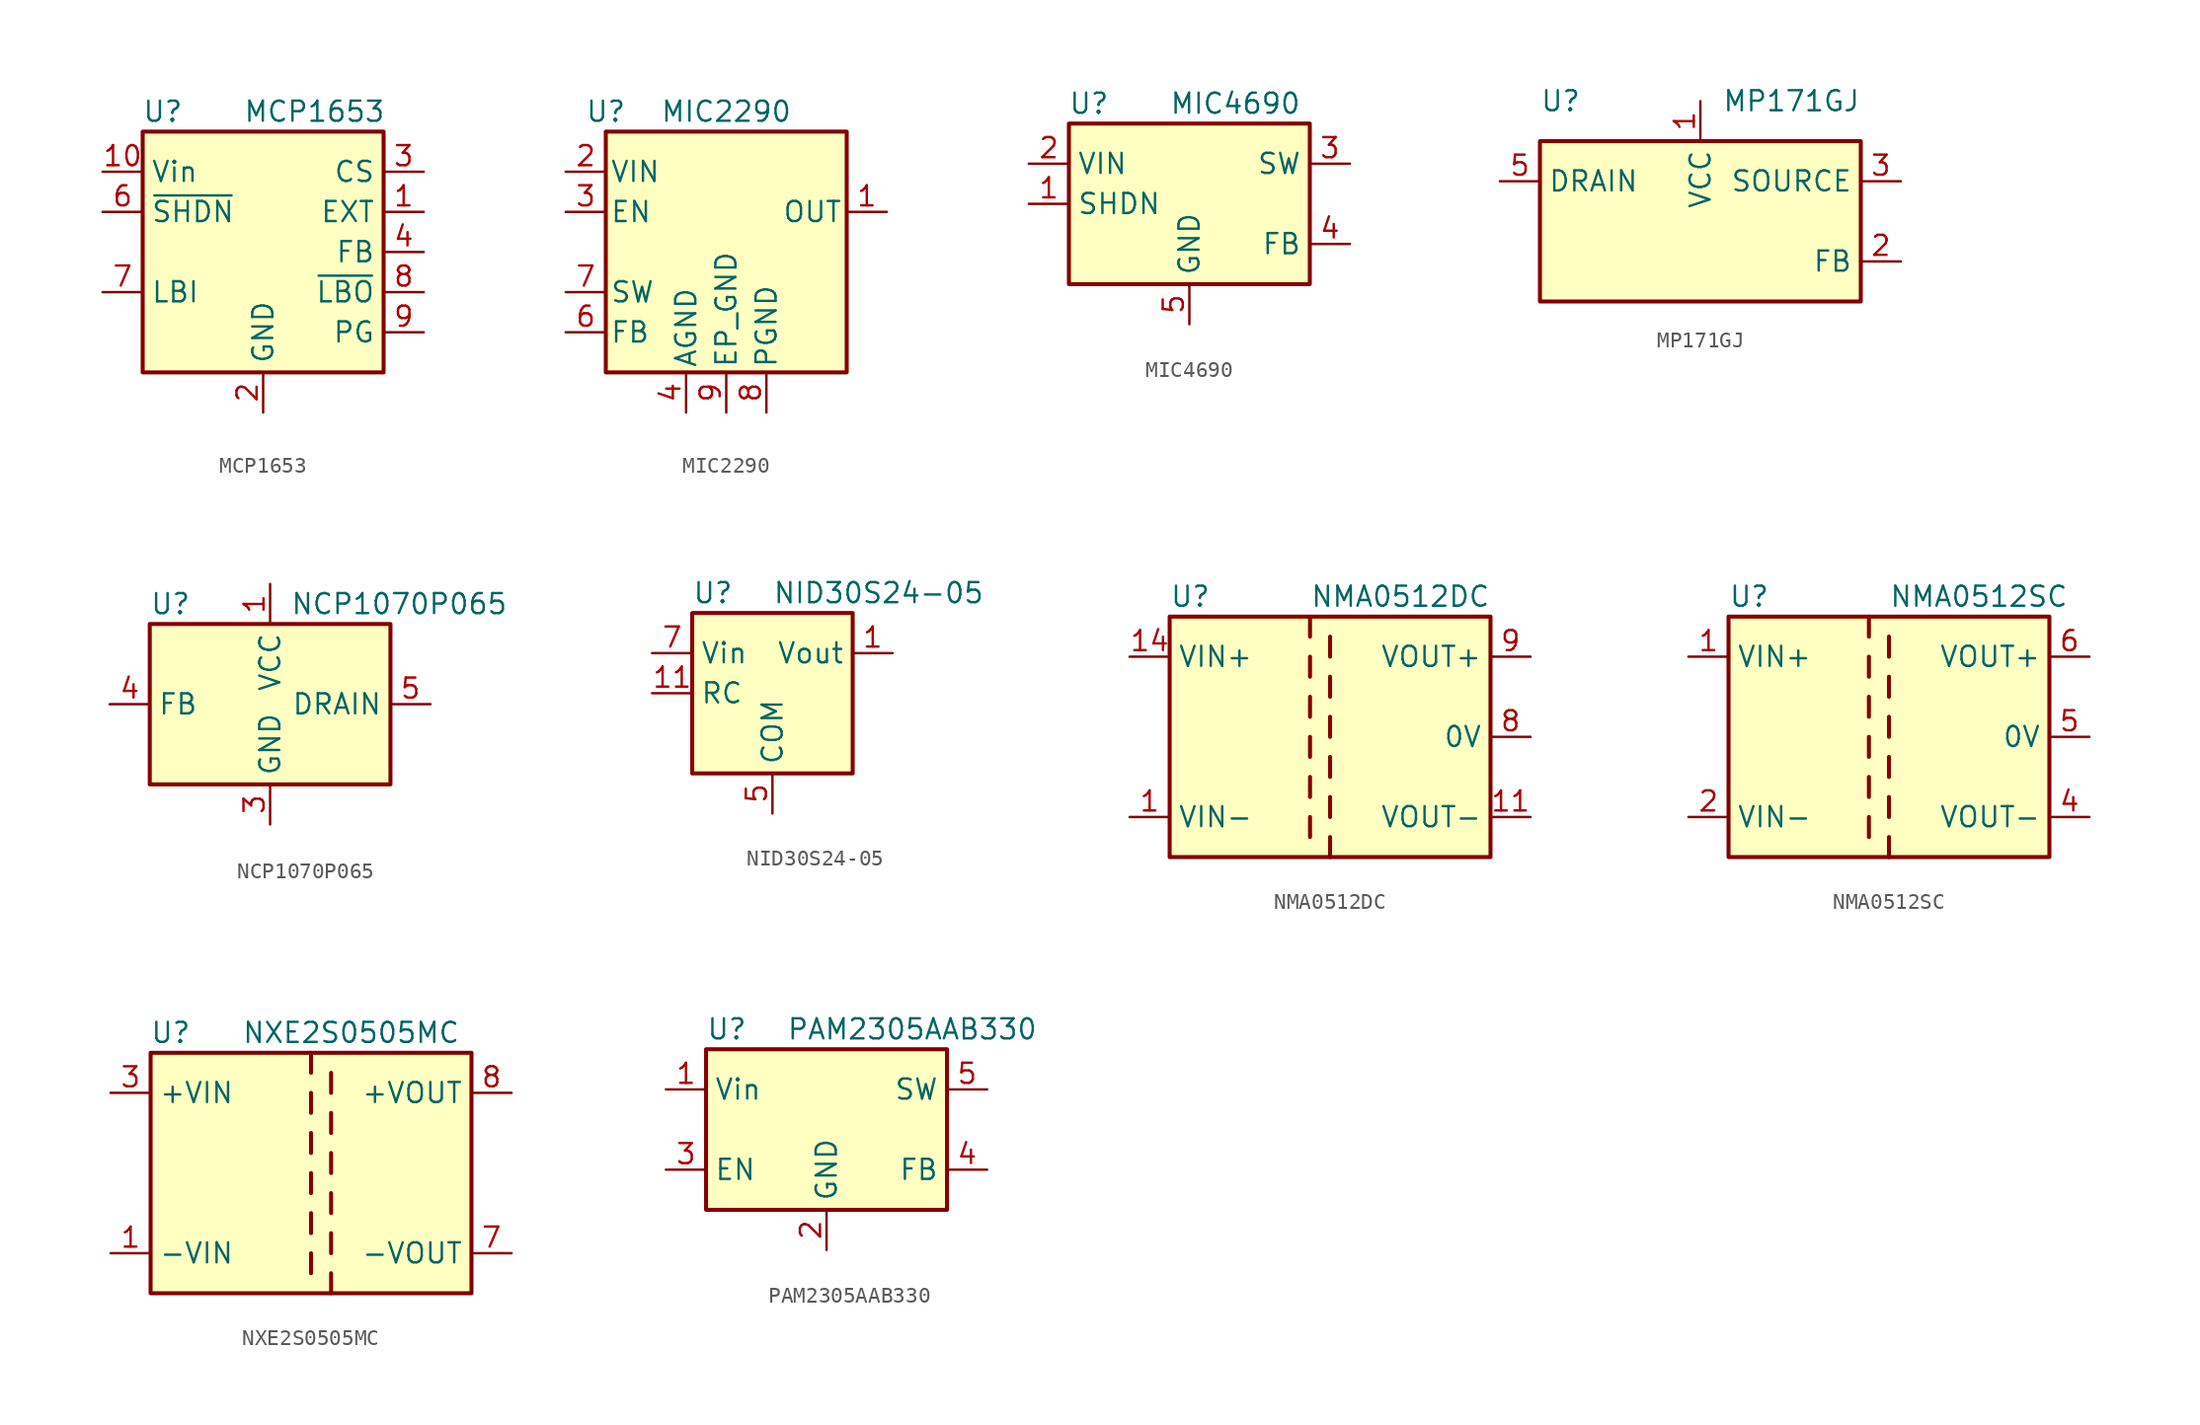
<source format=kicad_sym>
(kicad_symbol_lib
  (version 20201005)
  (generator kicad_symbol_editor)
  (symbol "MCP1653"
    (property "Reference" "U"
      (at -6.35 8.89 0)
      (effects (font (size 1.27 1.27))))
    (property "Value" "MCP1653"
      (at -1.27 8.89 0)
      (effects (font (size 1.27 1.27)) (justify left)))
    (symbol "MCP1653_0_1"
      (rectangle (start -7.62 7.62) (end 7.62 -7.62) (stroke (width 0.254)) (fill (type background))))
    (symbol "MCP1653_1_1"
      (pin open_emitter line (at 10.16 2.54 180) (length 2.54) (name "EXT" (effects (font (size 1.27 1.27)))) (number "1" (effects (font (size 1.27 1.27)))))
      (pin power_in line (at -10.16 5.08 0) (length 2.54) (name "Vin" (effects (font (size 1.27 1.27)))) (number "10" (effects (font (size 1.27 1.27)))))
      (pin power_in line (at 0 -10.16 90) (length 2.54) (name "GND" (effects (font (size 1.27 1.27)))) (number "2" (effects (font (size 1.27 1.27)))))
      (pin input line (at 10.16 5.08 180) (length 2.54) (name "CS" (effects (font (size 1.27 1.27)))) (number "3" (effects (font (size 1.27 1.27)))))
      (pin input line (at 10.16 0 180) (length 2.54) (name "FB" (effects (font (size 1.27 1.27)))) (number "4" (effects (font (size 1.27 1.27)))))
      (pin no_connect line (at -7.62 0 0) (length 2.54) hide (name "NC" (effects (font (size 1.27 1.27)))) (number "5" (effects (font (size 1.27 1.27)))))
      (pin input line (at -10.16 2.54 0) (length 2.54) (name "~SHDN" (effects (font (size 1.27 1.27)))) (number "6" (effects (font (size 1.27 1.27)))))
      (pin input line (at -10.16 -2.54 0) (length 2.54) (name "LBI" (effects (font (size 1.27 1.27)))) (number "7" (effects (font (size 1.27 1.27)))))
      (pin output line (at 10.16 -2.54 180) (length 2.54) (name "~LBO" (effects (font (size 1.27 1.27)))) (number "8" (effects (font (size 1.27 1.27)))))
      (pin output line (at 10.16 -5.08 180) (length 2.54) (name "PG" (effects (font (size 1.27 1.27)))) (number "9" (effects (font (size 1.27 1.27)))))))
  (symbol "MIC2290"
    (pin_names
      (offset 0.254))
    (property "Reference" "U"
      (at -7.62 8.89 0)
      (effects (font (size 1.27 1.27))))
    (property "Value" "MIC2290"
      (at 0 8.89 0)
      (effects (font (size 1.27 1.27))))
    (symbol "MIC2290_0_1"
      (rectangle (start -7.62 7.62) (end 7.62 -7.62) (stroke (width 0.254)) (fill (type background))))
    (symbol "MIC2290_1_1"
      (pin power_out line (at 10.16 2.54 180) (length 2.54) (name "OUT" (effects (font (size 1.27 1.27)))) (number "1" (effects (font (size 1.27 1.27)))))
      (pin power_in line (at -10.16 5.08 0) (length 2.54) (name "VIN" (effects (font (size 1.27 1.27)))) (number "2" (effects (font (size 1.27 1.27)))))
      (pin input line (at -10.16 2.54 0) (length 2.54) (name "EN" (effects (font (size 1.27 1.27)))) (number "3" (effects (font (size 1.27 1.27)))))
      (pin power_in line (at -2.54 -10.16 90) (length 2.54) (name "AGND" (effects (font (size 1.27 1.27)))) (number "4" (effects (font (size 1.27 1.27)))))
      (pin no_connect line (at 5.08 5.08 180) (length 2.54) hide (name "NC" (effects (font (size 1.27 1.27)))) (number "5" (effects (font (size 1.27 1.27)))))
      (pin input line (at -10.16 -5.08 0) (length 2.54) (name "FB" (effects (font (size 1.27 1.27)))) (number "6" (effects (font (size 1.27 1.27)))))
      (pin input line (at -10.16 -2.54 0) (length 2.54) (name "SW" (effects (font (size 1.27 1.27)))) (number "7" (effects (font (size 1.27 1.27)))))
      (pin power_in line (at 2.54 -10.16 90) (length 2.54) (name "PGND" (effects (font (size 1.27 1.27)))) (number "8" (effects (font (size 1.27 1.27)))))
      (pin power_in line (at 0 -10.16 90) (length 2.54) (name "EP_GND" (effects (font (size 1.27 1.27)))) (number "9" (effects (font (size 1.27 1.27)))))))
  (symbol "MIC4690"
    (property "Reference" "U"
      (at -6.35 6.35 0)
      (effects (font (size 1.27 1.27))))
    (property "Value" "MIC4690"
      (at -1.27 6.35 0)
      (effects (font (size 1.27 1.27)) (justify left)))
    (symbol "MIC4690_0_1"
      (rectangle (start -7.62 5.08) (end 7.62 -5.08) (stroke (width 0.254)) (fill (type background))))
    (symbol "MIC4690_1_1"
      (pin input line (at -10.16 0 0) (length 2.54) (name "SHDN" (effects (font (size 1.27 1.27)))) (number "1" (effects (font (size 1.27 1.27)))))
      (pin power_in line (at -10.16 2.54 0) (length 2.54) (name "VIN" (effects (font (size 1.27 1.27)))) (number "2" (effects (font (size 1.27 1.27)))))
      (pin power_out line (at 10.16 2.54 180) (length 2.54) (name "SW" (effects (font (size 1.27 1.27)))) (number "3" (effects (font (size 1.27 1.27)))))
      (pin input line (at 10.16 -2.54 180) (length 2.54) (name "FB" (effects (font (size 1.27 1.27)))) (number "4" (effects (font (size 1.27 1.27)))))
      (pin power_in line (at 0 -7.62 90) (length 2.54) (name "GND" (effects (font (size 1.27 1.27)))) (number "5" (effects (font (size 1.27 1.27)))))
      (pin passive line (at 0 -7.62 90) (length 2.54) hide (name "GND" (effects (font (size 1.27 1.27)))) (number "6" (effects (font (size 1.27 1.27)))))
      (pin passive line (at 0 -7.62 90) (length 2.54) hide (name "GND" (effects (font (size 1.27 1.27)))) (number "7" (effects (font (size 1.27 1.27)))))
      (pin passive line (at 0 -7.62 90) (length 2.54) hide (name "GND" (effects (font (size 1.27 1.27)))) (number "8" (effects (font (size 1.27 1.27)))))))
  (symbol "MP171GJ"
    (property "Reference" "U"
      (at -10.16 7.62 0)
      (effects (font (size 1.27 1.27)) (justify left)))
    (property "Value" "MP171GJ"
      (at 10.16 7.62 0)
      (effects (font (size 1.27 1.27)) (justify right)))
    (symbol "MP171GJ_0_1"
      (rectangle (start 10.16 5.08) (end -10.16 -5.08) (stroke (width 0.254)) (fill (type background))))
    (symbol "MP171GJ_1_1"
      (pin power_in line (at 0 7.62 270) (length 2.54) (name "VCC" (effects (font (size 1.27 1.27)))) (number "1" (effects (font (size 1.27 1.27)))))
      (pin passive line (at 12.7 -2.54 180) (length 2.54) (name "FB" (effects (font (size 1.27 1.27)))) (number "2" (effects (font (size 1.27 1.27)))))
      (pin power_out line (at 12.7 2.54 180) (length 2.54) (name "SOURCE" (effects (font (size 1.27 1.27)))) (number "3" (effects (font (size 1.27 1.27)))))
      (pin passive line (at 12.7 2.54 180) (length 2.54) hide (name "SOURCE" (effects (font (size 1.27 1.27)))) (number "4" (effects (font (size 1.27 1.27)))))
      (pin power_in line (at -12.7 2.54 0) (length 2.54) (name "DRAIN" (effects (font (size 1.27 1.27)))) (number "5" (effects (font (size 1.27 1.27)))))))
  (symbol "NCP1070P065"
    (property "Reference" "U"
      (at -7.62 6.35 0)
      (effects (font (size 1.27 1.27)) (justify left)))
    (property "Value" "NCP1070P065"
      (at 1.27 6.35 0)
      (effects (font (size 1.27 1.27)) (justify left)))
    (symbol "NCP1070P065_0_1"
      (rectangle (start -7.62 5.08) (end 7.62 -5.08) (stroke (width 0.254)) (fill (type background))))
    (symbol "NCP1070P065_1_1"
      (pin power_in line (at 0 7.62 270) (length 2.54) (name "VCC" (effects (font (size 1.27 1.27)))) (number "1" (effects (font (size 1.27 1.27)))))
      (pin no_connect line (at -7.62 2.54 0) (length 2.54) hide (name "NC" (effects (font (size 1.27 1.27)))) (number "2" (effects (font (size 1.27 1.27)))))
      (pin power_in line (at 0 -7.62 90) (length 2.54) (name "GND" (effects (font (size 1.27 1.27)))) (number "3" (effects (font (size 1.27 1.27)))))
      (pin input line (at -10.16 0 0) (length 2.54) (name "FB" (effects (font (size 1.27 1.27)))) (number "4" (effects (font (size 1.27 1.27)))))
      (pin open_collector line (at 10.16 0 180) (length 2.54) (name "DRAIN" (effects (font (size 1.27 1.27)))) (number "5" (effects (font (size 1.27 1.27)))))
      (pin passive line (at 0 -7.62 90) (length 2.54) hide (name "GND" (effects (font (size 1.27 1.27)))) (number "7" (effects (font (size 1.27 1.27)))))
      (pin passive line (at 0 -7.62 90) (length 2.54) hide (name "GND" (effects (font (size 1.27 1.27)))) (number "8" (effects (font (size 1.27 1.27)))))))
  (symbol "NID30S24-05"
    (property "Reference" "U"
      (at -5.08 6.35 0)
      (effects (font (size 1.27 1.27)) (justify left)))
    (property "Value" "NID30S24-05"
      (at 0 6.35 0)
      (effects (font (size 1.27 1.27)) (justify left)))
    (symbol "NID30S24-05_0_1"
      (rectangle (start -5.08 5.08) (end 5.08 -5.08) (stroke (width 0.254)) (fill (type background))))
    (symbol "NID30S24-05_1_1"
      (pin power_out line (at 7.62 2.54 180) (length 2.54) (name "Vout" (effects (font (size 1.27 1.27)))) (number "1" (effects (font (size 1.27 1.27)))))
      (pin no_connect line (at 5.08 -2.54 180) (length 2.54) hide (name "NC" (effects (font (size 1.27 1.27)))) (number "10" (effects (font (size 1.27 1.27)))))
      (pin input line (at -7.62 0 0) (length 2.54) (name "RC" (effects (font (size 1.27 1.27)))) (number "11" (effects (font (size 1.27 1.27)))))
      (pin passive line (at 7.62 2.54 180) (length 2.54) hide (name "Vout" (effects (font (size 1.27 1.27)))) (number "2" (effects (font (size 1.27 1.27)))))
      (pin passive line (at 7.62 2.54 180) (length 2.54) hide (name "Vout" (effects (font (size 1.27 1.27)))) (number "3" (effects (font (size 1.27 1.27)))))
      (pin passive line (at 7.62 2.54 180) (length 2.54) hide (name "Vout" (effects (font (size 1.27 1.27)))) (number "4" (effects (font (size 1.27 1.27)))))
      (pin power_in line (at 0 -7.62 90) (length 2.54) (name "COM" (effects (font (size 1.27 1.27)))) (number "5" (effects (font (size 1.27 1.27)))))
      (pin passive line (at 0 -7.62 90) (length 2.54) hide (name "COM" (effects (font (size 1.27 1.27)))) (number "6" (effects (font (size 1.27 1.27)))))
      (pin power_in line (at -7.62 2.54 0) (length 2.54) (name "Vin" (effects (font (size 1.27 1.27)))) (number "7" (effects (font (size 1.27 1.27)))))
      (pin passive line (at -7.62 2.54 0) (length 2.54) hide (name "Vin" (effects (font (size 1.27 1.27)))) (number "8" (effects (font (size 1.27 1.27)))))
      (pin no_connect line (at 5.08 0 180) (length 2.54) hide (name "NC" (effects (font (size 1.27 1.27)))) (number "9" (effects (font (size 1.27 1.27)))))))
  (symbol "NMA0512DC"
    (property "Reference" "U"
      (at -10.16 8.89 0)
      (effects (font (size 1.27 1.27)) (justify left)))
    (property "Value" "NMA0512DC"
      (at -1.27 8.89 0)
      (effects (font (size 1.27 1.27)) (justify left)))
    (symbol "NMA0512DC_0_1"
      (rectangle (start -10.16 7.62) (end 10.16 -7.62) (stroke (width 0.254)) (fill (type background)))
      (polyline (pts (xy -1.27 -5.08) (xy -1.27 -6.35)) (stroke (width 0.254)) (fill (type none)))
      (polyline (pts (xy -1.27 -2.54) (xy -1.27 -3.81)) (stroke (width 0.254)) (fill (type none)))
      (polyline (pts (xy -1.27 0) (xy -1.27 -1.27)) (stroke (width 0.254)) (fill (type none)))
      (polyline (pts (xy -1.27 2.54) (xy -1.27 1.27)) (stroke (width 0.254)) (fill (type none)))
      (polyline (pts (xy -1.27 5.08) (xy -1.27 3.81)) (stroke (width 0.254)) (fill (type none)))
      (polyline (pts (xy -1.27 7.62) (xy -1.27 6.35)) (stroke (width 0.254)) (fill (type none)))
      (polyline (pts (xy 0 -7.62) (xy 0 -6.35)) (stroke (width 0.254)) (fill (type none)))
      (polyline (pts (xy 0 -5.08) (xy 0 -3.81)) (stroke (width 0.254)) (fill (type none)))
      (polyline (pts (xy 0 -1.27) (xy 0 -2.54)) (stroke (width 0.254)) (fill (type none)))
      (polyline (pts (xy 0 0) (xy 0 1.27)) (stroke (width 0.254)) (fill (type none)))
      (polyline (pts (xy 0 2.54) (xy 0 3.81)) (stroke (width 0.254)) (fill (type none)))
      (polyline (pts (xy 0 5.08) (xy 0 6.35)) (stroke (width 0.254)) (fill (type none))))
    (symbol "NMA0512DC_1_1"
      (pin power_in line (at -12.7 -5.08 0) (length 2.54) (name "VIN-" (effects (font (size 1.27 1.27)))) (number "1" (effects (font (size 1.27 1.27)))))
      (pin power_out line (at 12.7 -5.08 180) (length 2.54) (name "VOUT-" (effects (font (size 1.27 1.27)))) (number "11" (effects (font (size 1.27 1.27)))))
      (pin power_in line (at -12.7 5.08 0) (length 2.54) (name "VIN+" (effects (font (size 1.27 1.27)))) (number "14" (effects (font (size 1.27 1.27)))))
      (pin no_connect line (at -12.7 0 0) (length 2.54) hide (name "NC" (effects (font (size 1.27 1.27)))) (number "7" (effects (font (size 1.27 1.27)))))
      (pin power_out line (at 12.7 0 180) (length 2.54) (name "0V" (effects (font (size 1.27 1.27)))) (number "8" (effects (font (size 1.27 1.27)))))
      (pin power_out line (at 12.7 5.08 180) (length 2.54) (name "VOUT+" (effects (font (size 1.27 1.27)))) (number "9" (effects (font (size 1.27 1.27)))))))
  (symbol "NMA0512SC"
    (property "Reference" "U"
      (at -10.16 8.89 0)
      (effects (font (size 1.27 1.27)) (justify left)))
    (property "Value" "NMA0512SC"
      (at 0 8.89 0)
      (effects (font (size 1.27 1.27)) (justify left)))
    (symbol "NMA0512SC_0_1"
      (rectangle (start -10.16 7.62) (end 10.16 -7.62) (stroke (width 0.254)) (fill (type background)))
      (polyline (pts (xy -1.27 -5.08) (xy -1.27 -6.35)) (stroke (width 0.254)) (fill (type none)))
      (polyline (pts (xy -1.27 -2.54) (xy -1.27 -3.81)) (stroke (width 0.254)) (fill (type none)))
      (polyline (pts (xy -1.27 0) (xy -1.27 -1.27)) (stroke (width 0.254)) (fill (type none)))
      (polyline (pts (xy -1.27 2.54) (xy -1.27 1.27)) (stroke (width 0.254)) (fill (type none)))
      (polyline (pts (xy -1.27 5.08) (xy -1.27 3.81)) (stroke (width 0.254)) (fill (type none)))
      (polyline (pts (xy -1.27 7.62) (xy -1.27 6.35)) (stroke (width 0.254)) (fill (type none)))
      (polyline (pts (xy 0 -7.62) (xy 0 -6.35)) (stroke (width 0.254)) (fill (type none)))
      (polyline (pts (xy 0 -5.08) (xy 0 -3.81)) (stroke (width 0.254)) (fill (type none)))
      (polyline (pts (xy 0 -1.27) (xy 0 -2.54)) (stroke (width 0.254)) (fill (type none)))
      (polyline (pts (xy 0 0) (xy 0 1.27)) (stroke (width 0.254)) (fill (type none)))
      (polyline (pts (xy 0 2.54) (xy 0 3.81)) (stroke (width 0.254)) (fill (type none)))
      (polyline (pts (xy 0 5.08) (xy 0 6.35)) (stroke (width 0.254)) (fill (type none))))
    (symbol "NMA0512SC_1_1"
      (pin power_in line (at -12.7 5.08 0) (length 2.54) (name "VIN+" (effects (font (size 1.27 1.27)))) (number "1" (effects (font (size 1.27 1.27)))))
      (pin power_in line (at -12.7 -5.08 0) (length 2.54) (name "VIN-" (effects (font (size 1.27 1.27)))) (number "2" (effects (font (size 1.27 1.27)))))
      (pin power_out line (at 12.7 -5.08 180) (length 2.54) (name "VOUT-" (effects (font (size 1.27 1.27)))) (number "4" (effects (font (size 1.27 1.27)))))
      (pin power_out line (at 12.7 0 180) (length 2.54) (name "0V" (effects (font (size 1.27 1.27)))) (number "5" (effects (font (size 1.27 1.27)))))
      (pin power_out line (at 12.7 5.08 180) (length 2.54) (name "VOUT+" (effects (font (size 1.27 1.27)))) (number "6" (effects (font (size 1.27 1.27)))))))
  (symbol "NXE2S0505MC"
    (property "Reference" "U"
      (at -8.89 8.89 0)
      (effects (font (size 1.27 1.27))))
    (property "Value" "NXE2S0505MC"
      (at 2.54 8.89 0)
      (effects (font (size 1.27 1.27))))
    (symbol "NXE2S0505MC_0_1"
      (rectangle (start -10.16 7.62) (end 10.16 -7.62) (stroke (width 0.254)) (fill (type background)))
      (polyline (pts (xy 0 -5.08) (xy 0 -6.35)) (stroke (width 0.254)) (fill (type none)))
      (polyline (pts (xy 0 -2.54) (xy 0 -3.81)) (stroke (width 0.254)) (fill (type none)))
      (polyline (pts (xy 0 0) (xy 0 -1.27)) (stroke (width 0.254)) (fill (type none)))
      (polyline (pts (xy 0 2.54) (xy 0 1.27)) (stroke (width 0.254)) (fill (type none)))
      (polyline (pts (xy 0 5.08) (xy 0 3.81)) (stroke (width 0.254)) (fill (type none)))
      (polyline (pts (xy 0 7.62) (xy 0 6.35)) (stroke (width 0.254)) (fill (type none)))
      (polyline (pts (xy 1.27 -7.62) (xy 1.27 -6.35)) (stroke (width 0.254)) (fill (type none)))
      (polyline (pts (xy 1.27 -5.08) (xy 1.27 -3.81)) (stroke (width 0.254)) (fill (type none)))
      (polyline (pts (xy 1.27 -2.54) (xy 1.27 -1.27)) (stroke (width 0.254)) (fill (type none)))
      (polyline (pts (xy 1.27 0) (xy 1.27 1.27)) (stroke (width 0.254)) (fill (type none)))
      (polyline (pts (xy 1.27 2.54) (xy 1.27 3.81)) (stroke (width 0.254)) (fill (type none)))
      (polyline (pts (xy 1.27 5.08) (xy 1.27 6.35)) (stroke (width 0.254)) (fill (type none))))
    (symbol "NXE2S0505MC_1_1"
      (pin power_in line (at -12.7 -5.08 0) (length 2.54) (name "-VIN" (effects (font (size 1.27 1.27)))) (number "1" (effects (font (size 1.27 1.27)))))
      (pin no_connect line (at -10.16 0 0) (length 2.54) hide (name "NC" (effects (font (size 1.27 1.27)))) (number "14" (effects (font (size 1.27 1.27)))))
      (pin power_in line (at -12.7 5.08 0) (length 2.54) (name "+VIN" (effects (font (size 1.27 1.27)))) (number "3" (effects (font (size 1.27 1.27)))))
      (pin power_out line (at 12.7 -5.08 180) (length 2.54) (name "-VOUT" (effects (font (size 1.27 1.27)))) (number "7" (effects (font (size 1.27 1.27)))))
      (pin power_out line (at 12.7 5.08 180) (length 2.54) (name "+VOUT" (effects (font (size 1.27 1.27)))) (number "8" (effects (font (size 1.27 1.27)))))))
  (symbol "PAM2305AAB330"
    (property "Reference" "U"
      (at -7.62 6.35 0)
      (effects (font (size 1.27 1.27)) (justify left)))
    (property "Value" "PAM2305AAB330"
      (at -2.54 6.35 0)
      (effects (font (size 1.27 1.27)) (justify left)))
    (symbol "PAM2305AAB330_0_1"
      (rectangle (start -7.62 5.08) (end 7.62 -5.08) (stroke (width 0.254)) (fill (type background))))
    (symbol "PAM2305AAB330_1_1"
      (pin power_in line (at -10.16 2.54 0) (length 2.54) (name "Vin" (effects (font (size 1.27 1.27)))) (number "1" (effects (font (size 1.27 1.27)))))
      (pin power_in line (at 0 -7.62 90) (length 2.54) (name "GND" (effects (font (size 1.27 1.27)))) (number "2" (effects (font (size 1.27 1.27)))))
      (pin input line (at -10.16 -2.54 0) (length 2.54) (name "EN" (effects (font (size 1.27 1.27)))) (number "3" (effects (font (size 1.27 1.27)))))
      (pin input line (at 10.16 -2.54 180) (length 2.54) (name "FB" (effects (font (size 1.27 1.27)))) (number "4" (effects (font (size 1.27 1.27)))))
      (pin output line (at 10.16 2.54 180) (length 2.54) (name "SW" (effects (font (size 1.27 1.27)))) (number "5" (effects (font (size 1.27 1.27))))))))
</source>
